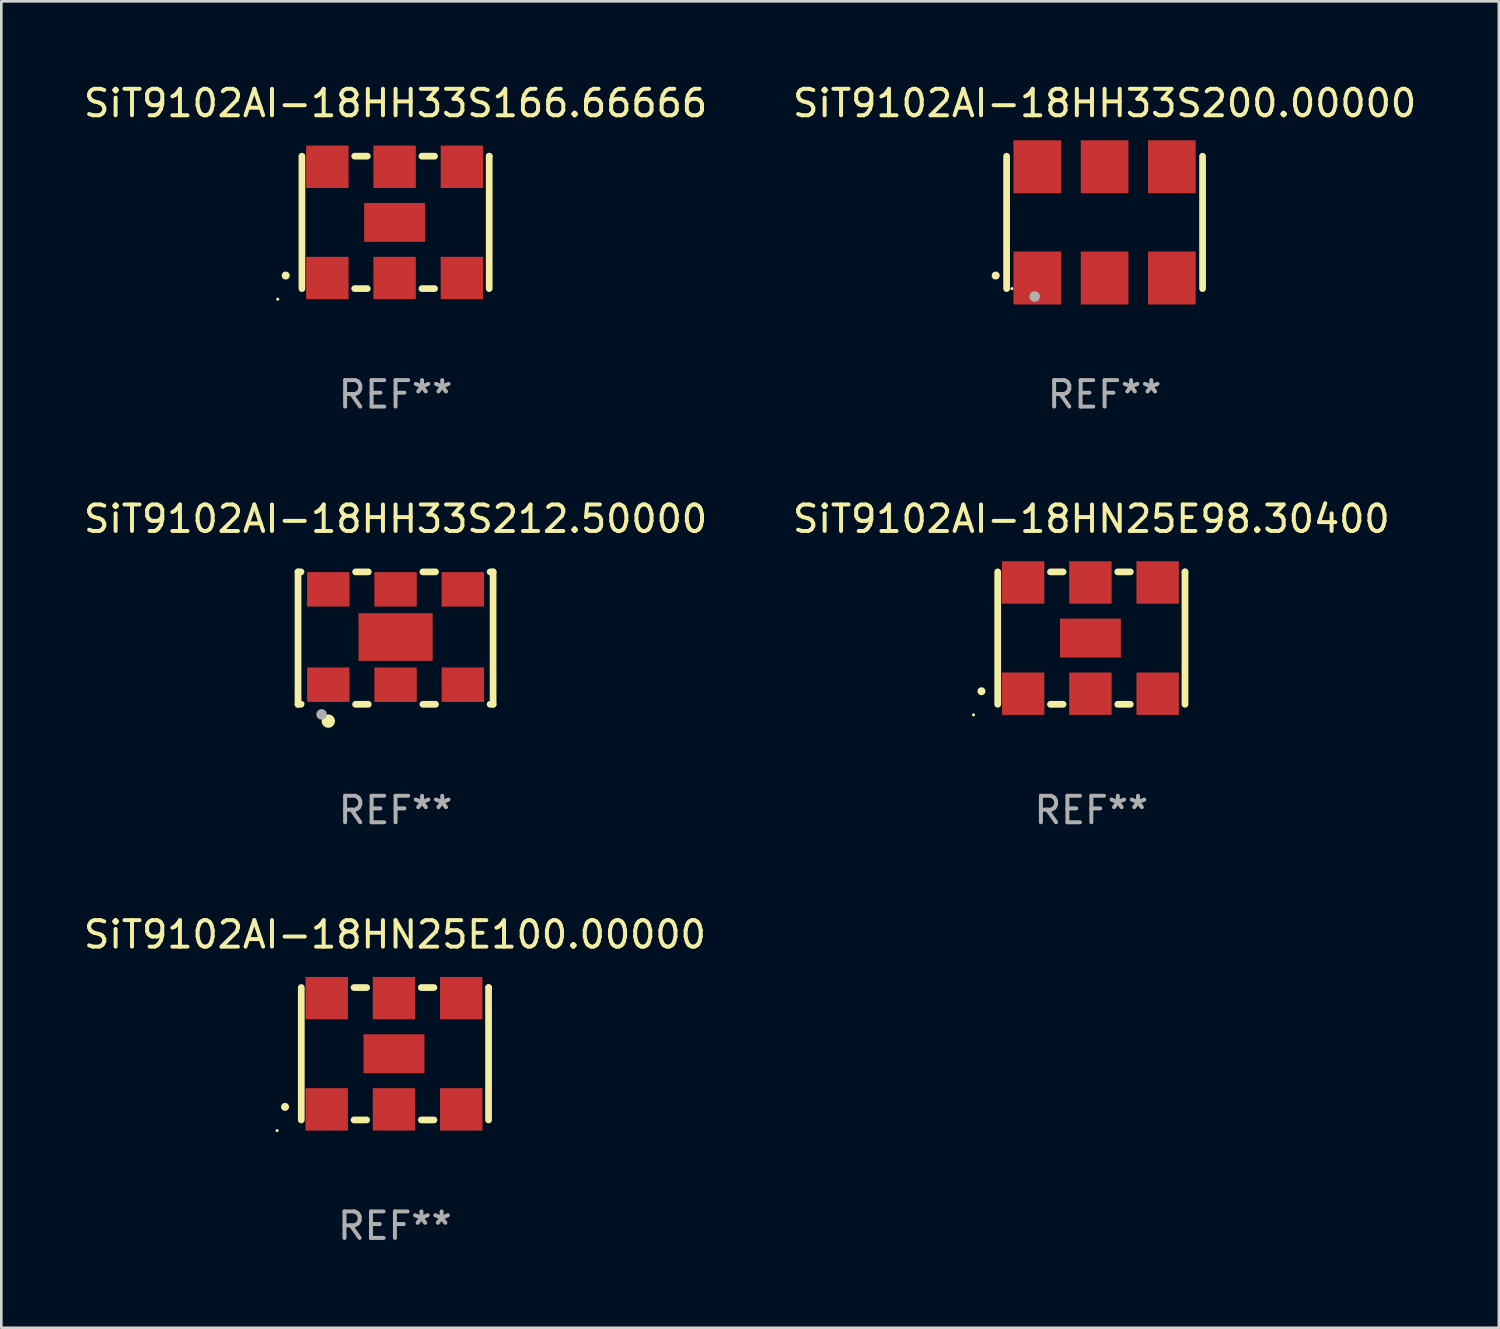
<source format=kicad_pcb>
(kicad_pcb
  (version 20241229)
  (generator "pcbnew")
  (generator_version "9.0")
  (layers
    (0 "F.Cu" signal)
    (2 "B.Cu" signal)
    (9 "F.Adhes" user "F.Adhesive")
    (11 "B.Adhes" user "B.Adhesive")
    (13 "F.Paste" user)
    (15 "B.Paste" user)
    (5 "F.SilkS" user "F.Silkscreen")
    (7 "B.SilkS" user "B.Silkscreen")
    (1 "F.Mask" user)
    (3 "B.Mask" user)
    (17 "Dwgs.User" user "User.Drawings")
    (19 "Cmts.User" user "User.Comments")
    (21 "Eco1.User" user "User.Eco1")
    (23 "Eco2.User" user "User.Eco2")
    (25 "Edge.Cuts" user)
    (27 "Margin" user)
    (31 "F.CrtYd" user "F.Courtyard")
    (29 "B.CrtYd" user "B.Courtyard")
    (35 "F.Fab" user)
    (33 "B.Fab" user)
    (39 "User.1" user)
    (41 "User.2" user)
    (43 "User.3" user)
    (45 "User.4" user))
  (footprint "SiT9102AI-18HH33S166.66666"
    (layer "F.Cu")
    (at 11.887 5.348)
    (property "Reference" "SiT9102AI-18HH33S166.66666" (at 0 -4.5 0) (layer "F.SilkS") (effects (font (size 1 1) (thickness 0.15))))
    (attr through_hole)
    (fp_line (start -3.536 -2.5) (end -3.536 2.5) (stroke (width 0.254) (type solid)) (layer "F.SilkS"))
    (fp_line (start -1.544 2.5) (end -1.067 2.5) (stroke (width 0.254) (type solid)) (layer "F.SilkS"))
    (fp_line (start -1.067 -2.5) (end -1.544 -2.5) (stroke (width 0.254) (type solid)) (layer "F.SilkS"))
    (fp_line (start 0.996 2.5) (end 1.473 2.5) (stroke (width 0.254) (type solid)) (layer "F.SilkS"))
    (fp_line (start 1.473 -2.5) (end 0.996 -2.5) (stroke (width 0.254) (type solid)) (layer "F.SilkS"))
    (fp_line (start 3.536 -2.5) (end 3.536 -2.5) (stroke (width 0.254) (type solid)) (layer "F.SilkS"))
    (fp_line (start 3.536 2.5) (end 3.536 -2.5) (stroke (width 0.254) (type solid)) (layer "F.SilkS"))
    (fp_arc (start -4.150432 2.006604) (mid -4.149162 2.006599) (end -4.147892 2.006604) (stroke (width 0.3) (type solid)) (layer "F.SilkS"))
    (fp_circle (center -4.449 2.9) (end -4.419 2.9) (stroke (width 0.06) (type solid)) (fill no) (layer "F.SilkS"))
    (fp_text user "REF**" (at 0 6.5 0) (layer "F.Fab") (effects (font (size 1 1) (thickness 0.15))))
    (pad "1" smd rect (at -2.576 2.1) (size 1.6 1.6) (layers "F.Cu" "F.Mask" "F.Paste"))
    (pad "2" smd rect (at -0.036 2.1) (size 1.6 1.6) (layers "F.Cu" "F.Mask" "F.Paste"))
    (pad "3" smd rect (at 2.504 2.1) (size 1.6 1.6) (layers "F.Cu" "F.Mask" "F.Paste"))
    (pad "4" smd rect (at 2.504 -2.1) (size 1.6 1.6) (layers "F.Cu" "F.Mask" "F.Paste"))
    (pad "5" smd rect (at -0.036 -2.1) (size 1.6 1.6) (layers "F.Cu" "F.Mask" "F.Paste"))
    (pad "6" smd rect (at -2.576 -2.1) (size 1.6 1.6) (layers "F.Cu" "F.Mask" "F.Paste"))
    (pad "7" smd rect (at -0.036 0) (size 2.3 1.47) (layers "F.Cu" "F.Mask" "F.Paste")))
  (footprint "SiT9102AI-18HH33S212.50000"
    (layer "F.Cu")
    (at 11.887 21.045)
    (property "Reference" "SiT9102AI-18HH33S212.50000" (at 0 -4.5 0) (layer "F.SilkS") (effects (font (size 1 1) (thickness 0.15))))
    (attr through_hole)
    (fp_line (start -3.683 -2.5) (end -3.571 -2.5) (stroke (width 0.254) (type solid)) (layer "F.SilkS"))
    (fp_line (start -3.683 2.5) (end -3.683 -2.5) (stroke (width 0.254) (type solid)) (layer "F.SilkS"))
    (fp_line (start -3.683 2.5) (end -3.571 2.5) (stroke (width 0.254) (type solid)) (layer "F.SilkS"))
    (fp_line (start -1.509 -2.5) (end -1.031 -2.5) (stroke (width 0.254) (type solid)) (layer "F.SilkS"))
    (fp_line (start -1.509 2.5) (end -1.031 2.5) (stroke (width 0.254) (type solid)) (layer "F.SilkS"))
    (fp_line (start 1.031 -2.5) (end 1.509 -2.5) (stroke (width 0.254) (type solid)) (layer "F.SilkS"))
    (fp_line (start 1.031 2.5) (end 1.509 2.5) (stroke (width 0.254) (type solid)) (layer "F.SilkS"))
    (fp_line (start 3.571 -2.5) (end 3.683 -2.5) (stroke (width 0.254) (type solid)) (layer "F.SilkS"))
    (fp_line (start 3.571 2.5) (end 3.683 2.5) (stroke (width 0.254) (type solid)) (layer "F.SilkS"))
    (fp_line (start 3.683 2.5) (end 3.683 -2.5) (stroke (width 0.254) (type solid)) (layer "F.SilkS"))
    (fp_circle (center -3.5 2.46) (end -3.47 2.46) (stroke (width 0.06) (type solid)) (fill no) (layer "F.SilkS"))
    (fp_circle (center -2.54 3.135) (end -2.413 3.135) (stroke (width 0.254) (type solid)) (fill no) (layer "F.SilkS"))
    (fp_circle (center -2.794 2.881) (end -2.694 2.881) (stroke (width 0.2) (type solid)) (fill no) (layer "F.Fab"))
    (fp_text user "REF**" (at 0 6.5 0) (layer "F.Fab") (effects (font (size 1 1) (thickness 0.15))))
    (pad "1" smd rect (at -2.54 1.76) (size 1.6 1.3) (layers "F.Cu" "F.Mask" "F.Paste"))
    (pad "2" smd rect (at 0 1.76) (size 1.6 1.3) (layers "F.Cu" "F.Mask" "F.Paste"))
    (pad "3" smd rect (at 2.54 1.76) (size 1.6 1.3) (layers "F.Cu" "F.Mask" "F.Paste"))
    (pad "4" smd rect (at 2.54 -1.84) (size 1.6 1.3) (layers "F.Cu" "F.Mask" "F.Paste"))
    (pad "5" smd rect (at 0 -1.84) (size 1.6 1.3) (layers "F.Cu" "F.Mask" "F.Paste"))
    (pad "6" smd rect (at -2.54 -1.84) (size 1.6 1.3) (layers "F.Cu" "F.Mask" "F.Paste"))
    (pad "7" smd rect (at 0 -0.04) (size 2.8 1.8) (layers "F.Cu" "F.Mask" "F.Paste")))
  (footprint "SiT9102AI-18HH33S200.00000"
    (layer "F.Cu")
    (at 38.661 5.348)
    (property "Reference" "SiT9102AI-18HH33S200.00000" (at 0 -4.5 0) (layer "F.SilkS") (effects (font (size 1 1) (thickness 0.15))))
    (attr through_hole)
    (fp_line (start -3.7 -2.5) (end -3.7 2.5) (stroke (width 0.254) (type solid)) (layer "F.SilkS"))
    (fp_line (start 3.7 -2.5) (end 3.7 2.5) (stroke (width 0.254) (type solid)) (layer "F.SilkS"))
    (fp_arc (start -4.114415 2.006604) (mid -4.113145 2.006599) (end -4.111875 2.006604) (stroke (width 0.3) (type solid)) (layer "F.SilkS"))
    (fp_circle (center -3.5 2.501) (end -3.47 2.501) (stroke (width 0.06) (type solid)) (fill no) (layer "F.SilkS"))
    (fp_circle (center -2.641 2.799) (end -2.541 2.799) (stroke (width 0.2) (type solid)) (fill no) (layer "F.Fab"))
    (fp_text user "REF**" (at 0 6.5 0) (layer "F.Fab") (effects (font (size 1 1) (thickness 0.15))))
    (pad "1" smd rect (at -2.54 2.1) (size 1.8 2) (layers "F.Cu" "F.Mask" "F.Paste"))
    (pad "2" smd rect (at 0.000394 2.1) (size 1.8 2) (layers "F.Cu" "F.Mask" "F.Paste"))
    (pad "3" smd rect (at 2.54 2.1) (size 1.8 2) (layers "F.Cu" "F.Mask" "F.Paste"))
    (pad "4" smd rect (at 2.54 -2.1) (size 1.8 2) (layers "F.Cu" "F.Mask" "F.Paste"))
    (pad "5" smd rect (at 0.000394 -2.1) (size 1.8 2) (layers "F.Cu" "F.Mask" "F.Paste"))
    (pad "6" smd rect (at -2.54 -2.1) (size 1.8 2) (layers "F.Cu" "F.Mask" "F.Paste")))
  (footprint "SiT9102AI-18HN25E100.00000"
    (layer "F.Cu")
    (at 11.863 36.741)
    (property "Reference" "SiT9102AI-18HN25E100.00000" (at 0 -4.5 0) (layer "F.SilkS") (effects (font (size 1 1) (thickness 0.15))))
    (attr through_hole)
    (fp_line (start -3.536 -2.5) (end -3.536 2.5) (stroke (width 0.254) (type solid)) (layer "F.SilkS"))
    (fp_line (start -1.544 2.5) (end -1.067 2.5) (stroke (width 0.254) (type solid)) (layer "F.SilkS"))
    (fp_line (start -1.067 -2.5) (end -1.544 -2.5) (stroke (width 0.254) (type solid)) (layer "F.SilkS"))
    (fp_line (start 0.996 2.5) (end 1.473 2.5) (stroke (width 0.254) (type solid)) (layer "F.SilkS"))
    (fp_line (start 1.473 -2.5) (end 0.996 -2.5) (stroke (width 0.254) (type solid)) (layer "F.SilkS"))
    (fp_line (start 3.536 -2.5) (end 3.536 -2.5) (stroke (width 0.254) (type solid)) (layer "F.SilkS"))
    (fp_line (start 3.536 2.5) (end 3.536 -2.5) (stroke (width 0.254) (type solid)) (layer "F.SilkS"))
    (fp_arc (start -4.150432 2.006604) (mid -4.149162 2.006599) (end -4.147892 2.006604) (stroke (width 0.3) (type solid)) (layer "F.SilkS"))
    (fp_circle (center -4.449 2.9) (end -4.419 2.9) (stroke (width 0.06) (type solid)) (fill no) (layer "F.SilkS"))
    (fp_text user "REF**" (at 0 6.5 0) (layer "F.Fab") (effects (font (size 1 1) (thickness 0.15))))
    (pad "1" smd rect (at -2.576 2.1) (size 1.6 1.6) (layers "F.Cu" "F.Mask" "F.Paste"))
    (pad "2" smd rect (at -0.036 2.1) (size 1.6 1.6) (layers "F.Cu" "F.Mask" "F.Paste"))
    (pad "3" smd rect (at 2.504 2.1) (size 1.6 1.6) (layers "F.Cu" "F.Mask" "F.Paste"))
    (pad "4" smd rect (at 2.504 -2.1) (size 1.6 1.6) (layers "F.Cu" "F.Mask" "F.Paste"))
    (pad "5" smd rect (at -0.036 -2.1) (size 1.6 1.6) (layers "F.Cu" "F.Mask" "F.Paste"))
    (pad "6" smd rect (at -2.576 -2.1) (size 1.6 1.6) (layers "F.Cu" "F.Mask" "F.Paste"))
    (pad "7" smd rect (at -0.036 0) (size 2.3 1.47) (layers "F.Cu" "F.Mask" "F.Paste")))
  (footprint "SiT9102AI-18HN25E98.30400"
    (layer "F.Cu")
    (at 38.161 21.045)
    (property "Reference" "SiT9102AI-18HN25E98.30400" (at 0 -4.5 0) (layer "F.SilkS") (effects (font (size 1 1) (thickness 0.15))))
    (attr through_hole)
    (fp_line (start -3.536 -2.5) (end -3.536 2.5) (stroke (width 0.254) (type solid)) (layer "F.SilkS"))
    (fp_line (start -1.544 2.5) (end -1.067 2.5) (stroke (width 0.254) (type solid)) (layer "F.SilkS"))
    (fp_line (start -1.067 -2.5) (end -1.544 -2.5) (stroke (width 0.254) (type solid)) (layer "F.SilkS"))
    (fp_line (start 0.996 2.5) (end 1.473 2.5) (stroke (width 0.254) (type solid)) (layer "F.SilkS"))
    (fp_line (start 1.473 -2.5) (end 0.996 -2.5) (stroke (width 0.254) (type solid)) (layer "F.SilkS"))
    (fp_line (start 3.536 -2.5) (end 3.536 -2.5) (stroke (width 0.254) (type solid)) (layer "F.SilkS"))
    (fp_line (start 3.536 2.5) (end 3.536 -2.5) (stroke (width 0.254) (type solid)) (layer "F.SilkS"))
    (fp_arc (start -4.150432 2.006604) (mid -4.149162 2.006599) (end -4.147892 2.006604) (stroke (width 0.3) (type solid)) (layer "F.SilkS"))
    (fp_circle (center -4.449 2.9) (end -4.419 2.9) (stroke (width 0.06) (type solid)) (fill no) (layer "F.SilkS"))
    (fp_text user "REF**" (at 0 6.5 0) (layer "F.Fab") (effects (font (size 1 1) (thickness 0.15))))
    (pad "1" smd rect (at -2.576 2.1) (size 1.6 1.6) (layers "F.Cu" "F.Mask" "F.Paste"))
    (pad "2" smd rect (at -0.036 2.1) (size 1.6 1.6) (layers "F.Cu" "F.Mask" "F.Paste"))
    (pad "3" smd rect (at 2.504 2.1) (size 1.6 1.6) (layers "F.Cu" "F.Mask" "F.Paste"))
    (pad "4" smd rect (at 2.504 -2.1) (size 1.6 1.6) (layers "F.Cu" "F.Mask" "F.Paste"))
    (pad "5" smd rect (at -0.036 -2.1) (size 1.6 1.6) (layers "F.Cu" "F.Mask" "F.Paste"))
    (pad "6" smd rect (at -2.576 -2.1) (size 1.6 1.6) (layers "F.Cu" "F.Mask" "F.Paste"))
    (pad "7" smd rect (at -0.036 0) (size 2.3 1.47) (layers "F.Cu" "F.Mask" "F.Paste")))
  (gr_rect
    (start -3 -3)
    (end 53.548 47.09)
    (stroke (width 0.1) (type default))
    (fill no)
    (layer "Edge.Cuts")))
</source>
